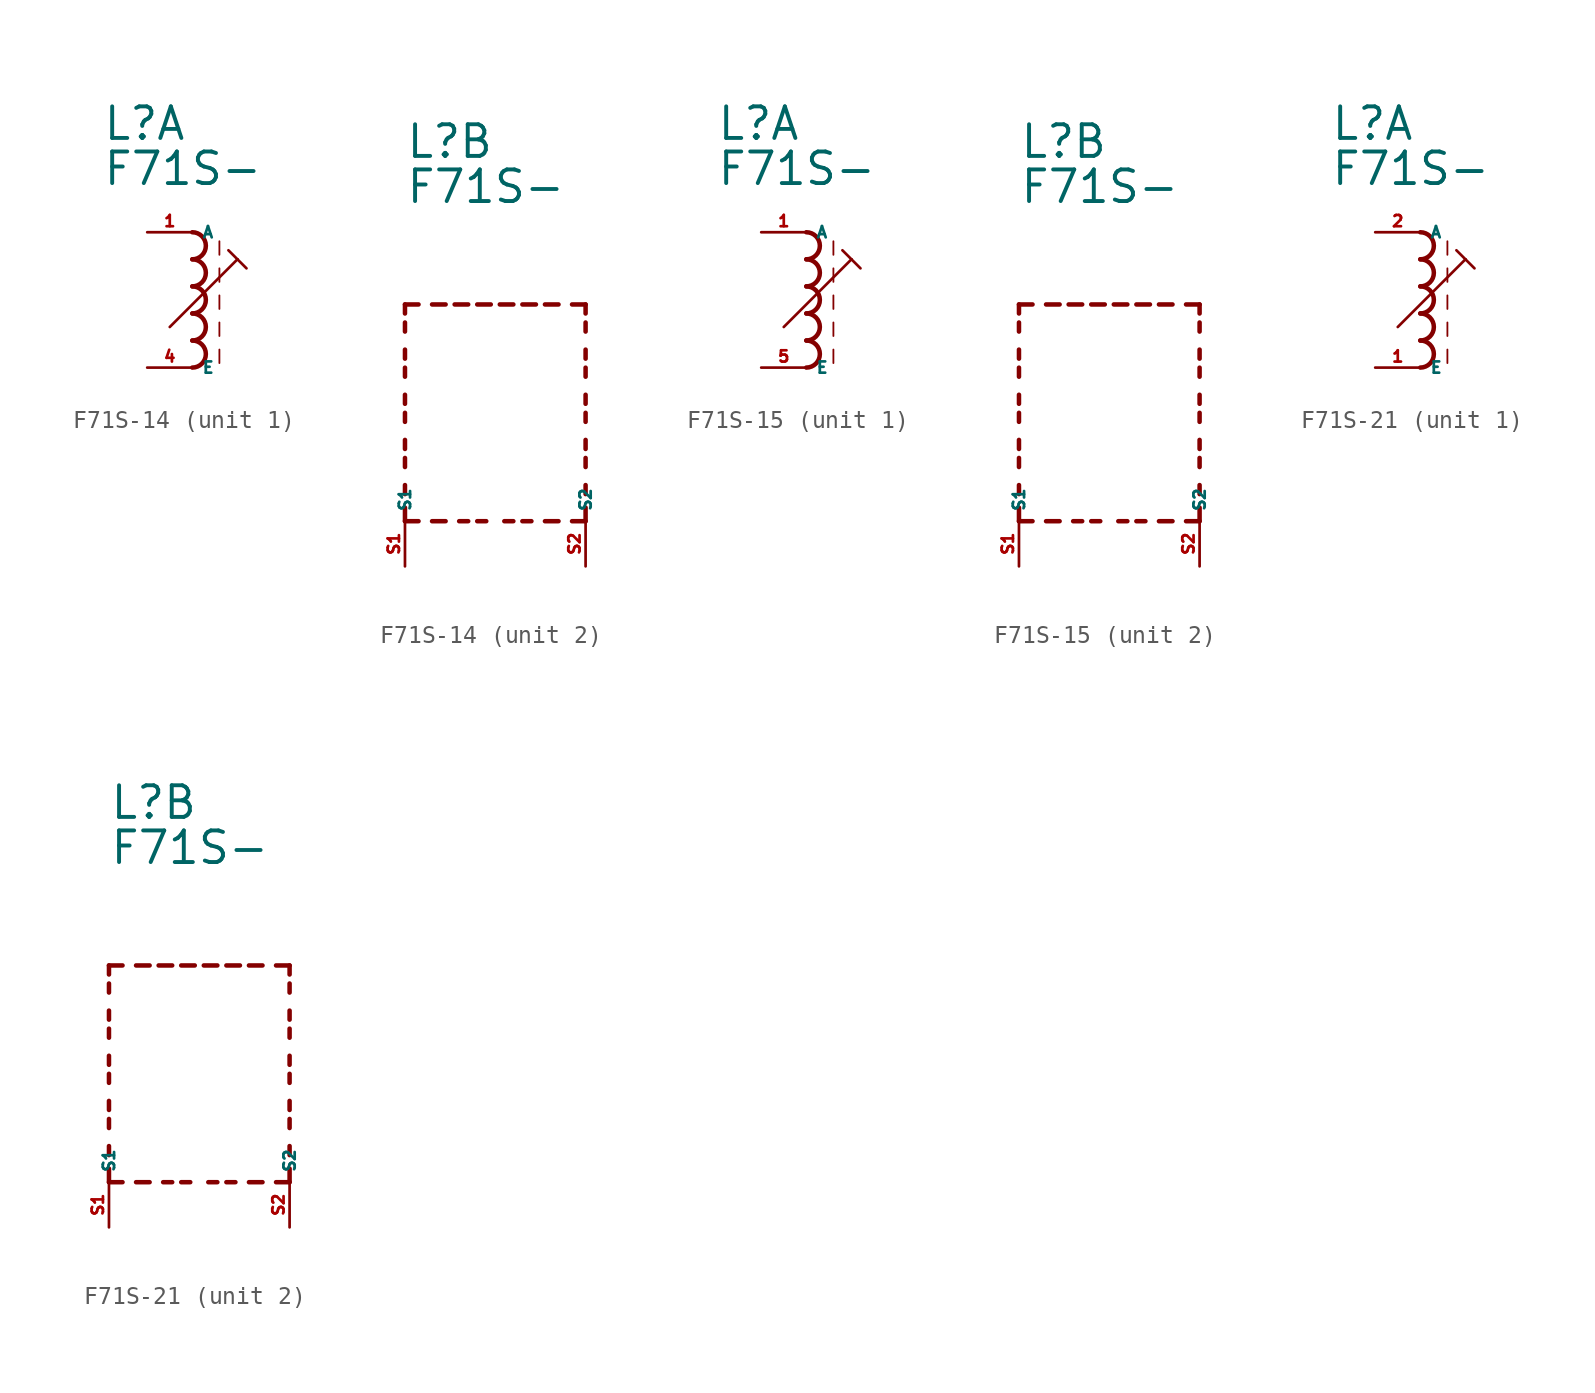
<source format=kicad_sym>
(kicad_symbol_lib
  (version 20220914)
  (generator kicad_symbol_editor)
  (symbol "F71S-14"
    (property "Reference" "L"
      (at -5.08 10.16 0)
      (effects (font (size 1.778 1.778) (thickness 0.22)) (justify left bottom)))
    (property "Value" "F71S-"
      (at -5.08 7.62 0)
      (effects (font (size 1.778 1.778) (thickness 0.22)) (justify left bottom)))
    (symbol "F71S-14_1_0"
      (arc (start 0 -2.54) (mid 0.7587 -1.778) (end 0 -1.016) (stroke (width 0.254) (type default)) (fill (type none)))
      (arc (start 0 -1.016) (mid 0.7587 -0.254) (end 0 0.508) (stroke (width 0.254) (type default)) (fill (type none)))
      (polyline (pts (xy -1.27 -0.254) (xy 2.54 3.556)) (stroke (width 0.152) (type default)) (fill (type none)))
      (polyline (pts (xy 1.524 -1.524) (xy 1.524 -2.286)) (stroke (width 0.102) (type default)) (fill (type none)))
      (polyline (pts (xy 1.524 0) (xy 1.524 -0.762)) (stroke (width 0.102) (type default)) (fill (type none)))
      (polyline (pts (xy 1.524 1.524) (xy 1.524 0.762)) (stroke (width 0.102) (type default)) (fill (type none)))
      (polyline (pts (xy 1.524 3.048) (xy 1.524 2.286)) (stroke (width 0.102) (type default)) (fill (type none)))
      (polyline (pts (xy 1.524 4.572) (xy 1.524 3.81)) (stroke (width 0.102) (type default)) (fill (type none)))
      (polyline (pts (xy 2.032 4.064) (xy 2.54 3.556)) (stroke (width 0.152) (type default)) (fill (type none)))
      (polyline (pts (xy 2.54 3.556) (xy 3.048 3.048)) (stroke (width 0.152) (type default)) (fill (type none)))
      (arc (start 0 0.508) (mid 0.7587 1.27) (end 0 2.032) (stroke (width 0.254) (type default)) (fill (type none)))
      (arc (start 0 2.032) (mid 0.7587 2.794) (end 0 3.556) (stroke (width 0.254) (type default)) (fill (type none)))
      (arc (start 0 3.556) (mid 0.7587 4.318) (end 0 5.08) (stroke (width 0.254) (type default)) (fill (type none)))
      (pin passive line (at -2.54 5.08 0) (length 2.54) (name "A" (effects (font (size 0.635 0.635)))) (number "1" (effects (font (size 0.635 0.635)))))
      (pin passive line (at -2.54 -2.54 0) (length 2.54) (name "E" (effects (font (size 0.635 0.635)))) (number "4" (effects (font (size 0.635 0.635))))))
    (symbol "F71S-14_2_0"
      (polyline (pts (xy -5.08 -10.16) (xy -5.08 -9.398)) (stroke (width 0.254) (type default)) (fill (type none)))
      (polyline (pts (xy -5.08 -10.16) (xy -4.318 -10.16)) (stroke (width 0.254) (type default)) (fill (type none)))
      (polyline (pts (xy -5.08 -8.636) (xy -5.08 -8.128)) (stroke (width 0.254) (type default)) (fill (type none)))
      (polyline (pts (xy -5.08 -7.112) (xy -5.08 -6.604)) (stroke (width 0.254) (type default)) (fill (type none)))
      (polyline (pts (xy -5.08 -6.096) (xy -5.08 -5.588)) (stroke (width 0.254) (type default)) (fill (type none)))
      (polyline (pts (xy -5.08 -4.572) (xy -5.08 -4.064)) (stroke (width 0.254) (type default)) (fill (type none)))
      (polyline (pts (xy -5.08 -3.556) (xy -5.08 -3.048)) (stroke (width 0.254) (type default)) (fill (type none)))
      (polyline (pts (xy -5.08 -2.032) (xy -5.08 -1.524)) (stroke (width 0.254) (type default)) (fill (type none)))
      (polyline (pts (xy -5.08 -1.016) (xy -5.08 -0.508)) (stroke (width 0.254) (type default)) (fill (type none)))
      (polyline (pts (xy -5.08 0.508) (xy -5.08 1.016)) (stroke (width 0.254) (type default)) (fill (type none)))
      (polyline (pts (xy -5.08 1.524) (xy -5.08 2.032)) (stroke (width 0.254) (type default)) (fill (type none)))
      (polyline (pts (xy -5.08 2.032) (xy -4.318 2.032)) (stroke (width 0.254) (type default)) (fill (type none)))
      (polyline (pts (xy -3.556 -10.16) (xy -2.794 -10.16)) (stroke (width 0.254) (type default)) (fill (type none)))
      (polyline (pts (xy -3.556 2.032) (xy -2.794 2.032)) (stroke (width 0.254) (type default)) (fill (type none)))
      (polyline (pts (xy -1.524 -10.16) (xy -2.032 -10.16)) (stroke (width 0.254) (type default)) (fill (type none)))
      (polyline (pts (xy -1.524 2.032) (xy -2.286 2.032)) (stroke (width 0.254) (type default)) (fill (type none)))
      (polyline (pts (xy -1.016 2.032) (xy -0.254 2.032)) (stroke (width 0.254) (type default)) (fill (type none)))
      (polyline (pts (xy -0.508 -10.16) (xy -1.016 -10.16)) (stroke (width 0.254) (type default)) (fill (type none)))
      (polyline (pts (xy 1.016 -10.16) (xy 0.508 -10.16)) (stroke (width 0.254) (type default)) (fill (type none)))
      (polyline (pts (xy 1.016 2.032) (xy 0.254 2.032)) (stroke (width 0.254) (type default)) (fill (type none)))
      (polyline (pts (xy 1.524 2.032) (xy 2.286 2.032)) (stroke (width 0.254) (type default)) (fill (type none)))
      (polyline (pts (xy 2.032 -10.16) (xy 1.524 -10.16)) (stroke (width 0.254) (type default)) (fill (type none)))
      (polyline (pts (xy 3.556 -10.16) (xy 2.794 -10.16)) (stroke (width 0.254) (type default)) (fill (type none)))
      (polyline (pts (xy 3.556 2.032) (xy 2.794 2.032)) (stroke (width 0.254) (type default)) (fill (type none)))
      (polyline (pts (xy 5.08 -10.16) (xy 4.318 -10.16)) (stroke (width 0.254) (type default)) (fill (type none)))
      (polyline (pts (xy 5.08 -10.16) (xy 5.08 -9.398)) (stroke (width 0.254) (type default)) (fill (type none)))
      (polyline (pts (xy 5.08 -8.636) (xy 5.08 -8.128)) (stroke (width 0.254) (type default)) (fill (type none)))
      (polyline (pts (xy 5.08 -7.112) (xy 5.08 -6.604)) (stroke (width 0.254) (type default)) (fill (type none)))
      (polyline (pts (xy 5.08 -6.096) (xy 5.08 -5.588)) (stroke (width 0.254) (type default)) (fill (type none)))
      (polyline (pts (xy 5.08 -4.572) (xy 5.08 -4.064)) (stroke (width 0.254) (type default)) (fill (type none)))
      (polyline (pts (xy 5.08 -3.556) (xy 5.08 -3.048)) (stroke (width 0.254) (type default)) (fill (type none)))
      (polyline (pts (xy 5.08 -2.032) (xy 5.08 -1.524)) (stroke (width 0.254) (type default)) (fill (type none)))
      (polyline (pts (xy 5.08 -1.016) (xy 5.08 -0.508)) (stroke (width 0.254) (type default)) (fill (type none)))
      (polyline (pts (xy 5.08 0.508) (xy 5.08 1.016)) (stroke (width 0.254) (type default)) (fill (type none)))
      (polyline (pts (xy 5.08 1.524) (xy 5.08 2.032)) (stroke (width 0.254) (type default)) (fill (type none)))
      (polyline (pts (xy 5.08 2.032) (xy 4.318 2.032)) (stroke (width 0.254) (type default)) (fill (type none)))
      (pin passive line (at -5.08 -12.7 90) (length 2.54) (name "S1" (effects (font (size 0.635 0.635)))) (number "S1" (effects (font (size 0.635 0.635)))))
      (pin passive line (at 5.08 -12.7 90) (length 2.54) (name "S2" (effects (font (size 0.635 0.635)))) (number "S2" (effects (font (size 0.635 0.635)))))))
  (symbol "F71S-15"
    (property "Reference" "L"
      (at -5.08 10.16 0)
      (effects (font (size 1.778 1.778) (thickness 0.22)) (justify left bottom)))
    (property "Value" "F71S-"
      (at -5.08 7.62 0)
      (effects (font (size 1.778 1.778) (thickness 0.22)) (justify left bottom)))
    (symbol "F71S-15_1_0"
      (arc (start 0 -2.54) (mid 0.7587 -1.778) (end 0 -1.016) (stroke (width 0.254) (type default)) (fill (type none)))
      (arc (start 0 -1.016) (mid 0.7587 -0.254) (end 0 0.508) (stroke (width 0.254) (type default)) (fill (type none)))
      (polyline (pts (xy -1.27 -0.254) (xy 2.54 3.556)) (stroke (width 0.152) (type default)) (fill (type none)))
      (polyline (pts (xy 1.524 -1.524) (xy 1.524 -2.286)) (stroke (width 0.102) (type default)) (fill (type none)))
      (polyline (pts (xy 1.524 0) (xy 1.524 -0.762)) (stroke (width 0.102) (type default)) (fill (type none)))
      (polyline (pts (xy 1.524 1.524) (xy 1.524 0.762)) (stroke (width 0.102) (type default)) (fill (type none)))
      (polyline (pts (xy 1.524 3.048) (xy 1.524 2.286)) (stroke (width 0.102) (type default)) (fill (type none)))
      (polyline (pts (xy 1.524 4.572) (xy 1.524 3.81)) (stroke (width 0.102) (type default)) (fill (type none)))
      (polyline (pts (xy 2.032 4.064) (xy 2.54 3.556)) (stroke (width 0.152) (type default)) (fill (type none)))
      (polyline (pts (xy 2.54 3.556) (xy 3.048 3.048)) (stroke (width 0.152) (type default)) (fill (type none)))
      (arc (start 0 0.508) (mid 0.7587 1.27) (end 0 2.032) (stroke (width 0.254) (type default)) (fill (type none)))
      (arc (start 0 2.032) (mid 0.7587 2.794) (end 0 3.556) (stroke (width 0.254) (type default)) (fill (type none)))
      (arc (start 0 3.556) (mid 0.7587 4.318) (end 0 5.08) (stroke (width 0.254) (type default)) (fill (type none)))
      (pin passive line (at -2.54 5.08 0) (length 2.54) (name "A" (effects (font (size 0.635 0.635)))) (number "1" (effects (font (size 0.635 0.635)))))
      (pin passive line (at -2.54 -2.54 0) (length 2.54) (name "E" (effects (font (size 0.635 0.635)))) (number "5" (effects (font (size 0.635 0.635))))))
    (symbol "F71S-15_2_0"
      (polyline (pts (xy -5.08 -10.16) (xy -5.08 -9.398)) (stroke (width 0.254) (type default)) (fill (type none)))
      (polyline (pts (xy -5.08 -10.16) (xy -4.318 -10.16)) (stroke (width 0.254) (type default)) (fill (type none)))
      (polyline (pts (xy -5.08 -8.636) (xy -5.08 -8.128)) (stroke (width 0.254) (type default)) (fill (type none)))
      (polyline (pts (xy -5.08 -7.112) (xy -5.08 -6.604)) (stroke (width 0.254) (type default)) (fill (type none)))
      (polyline (pts (xy -5.08 -6.096) (xy -5.08 -5.588)) (stroke (width 0.254) (type default)) (fill (type none)))
      (polyline (pts (xy -5.08 -4.572) (xy -5.08 -4.064)) (stroke (width 0.254) (type default)) (fill (type none)))
      (polyline (pts (xy -5.08 -3.556) (xy -5.08 -3.048)) (stroke (width 0.254) (type default)) (fill (type none)))
      (polyline (pts (xy -5.08 -2.032) (xy -5.08 -1.524)) (stroke (width 0.254) (type default)) (fill (type none)))
      (polyline (pts (xy -5.08 -1.016) (xy -5.08 -0.508)) (stroke (width 0.254) (type default)) (fill (type none)))
      (polyline (pts (xy -5.08 0.508) (xy -5.08 1.016)) (stroke (width 0.254) (type default)) (fill (type none)))
      (polyline (pts (xy -5.08 1.524) (xy -5.08 2.032)) (stroke (width 0.254) (type default)) (fill (type none)))
      (polyline (pts (xy -5.08 2.032) (xy -4.318 2.032)) (stroke (width 0.254) (type default)) (fill (type none)))
      (polyline (pts (xy -3.556 -10.16) (xy -2.794 -10.16)) (stroke (width 0.254) (type default)) (fill (type none)))
      (polyline (pts (xy -3.556 2.032) (xy -2.794 2.032)) (stroke (width 0.254) (type default)) (fill (type none)))
      (polyline (pts (xy -1.524 -10.16) (xy -2.032 -10.16)) (stroke (width 0.254) (type default)) (fill (type none)))
      (polyline (pts (xy -1.524 2.032) (xy -2.286 2.032)) (stroke (width 0.254) (type default)) (fill (type none)))
      (polyline (pts (xy -1.016 2.032) (xy -0.254 2.032)) (stroke (width 0.254) (type default)) (fill (type none)))
      (polyline (pts (xy -0.508 -10.16) (xy -1.016 -10.16)) (stroke (width 0.254) (type default)) (fill (type none)))
      (polyline (pts (xy 1.016 -10.16) (xy 0.508 -10.16)) (stroke (width 0.254) (type default)) (fill (type none)))
      (polyline (pts (xy 1.016 2.032) (xy 0.254 2.032)) (stroke (width 0.254) (type default)) (fill (type none)))
      (polyline (pts (xy 1.524 2.032) (xy 2.286 2.032)) (stroke (width 0.254) (type default)) (fill (type none)))
      (polyline (pts (xy 2.032 -10.16) (xy 1.524 -10.16)) (stroke (width 0.254) (type default)) (fill (type none)))
      (polyline (pts (xy 3.556 -10.16) (xy 2.794 -10.16)) (stroke (width 0.254) (type default)) (fill (type none)))
      (polyline (pts (xy 3.556 2.032) (xy 2.794 2.032)) (stroke (width 0.254) (type default)) (fill (type none)))
      (polyline (pts (xy 5.08 -10.16) (xy 4.318 -10.16)) (stroke (width 0.254) (type default)) (fill (type none)))
      (polyline (pts (xy 5.08 -10.16) (xy 5.08 -9.398)) (stroke (width 0.254) (type default)) (fill (type none)))
      (polyline (pts (xy 5.08 -8.636) (xy 5.08 -8.128)) (stroke (width 0.254) (type default)) (fill (type none)))
      (polyline (pts (xy 5.08 -7.112) (xy 5.08 -6.604)) (stroke (width 0.254) (type default)) (fill (type none)))
      (polyline (pts (xy 5.08 -6.096) (xy 5.08 -5.588)) (stroke (width 0.254) (type default)) (fill (type none)))
      (polyline (pts (xy 5.08 -4.572) (xy 5.08 -4.064)) (stroke (width 0.254) (type default)) (fill (type none)))
      (polyline (pts (xy 5.08 -3.556) (xy 5.08 -3.048)) (stroke (width 0.254) (type default)) (fill (type none)))
      (polyline (pts (xy 5.08 -2.032) (xy 5.08 -1.524)) (stroke (width 0.254) (type default)) (fill (type none)))
      (polyline (pts (xy 5.08 -1.016) (xy 5.08 -0.508)) (stroke (width 0.254) (type default)) (fill (type none)))
      (polyline (pts (xy 5.08 0.508) (xy 5.08 1.016)) (stroke (width 0.254) (type default)) (fill (type none)))
      (polyline (pts (xy 5.08 1.524) (xy 5.08 2.032)) (stroke (width 0.254) (type default)) (fill (type none)))
      (polyline (pts (xy 5.08 2.032) (xy 4.318 2.032)) (stroke (width 0.254) (type default)) (fill (type none)))
      (pin passive line (at -5.08 -12.7 90) (length 2.54) (name "S1" (effects (font (size 0.635 0.635)))) (number "S1" (effects (font (size 0.635 0.635)))))
      (pin passive line (at 5.08 -12.7 90) (length 2.54) (name "S2" (effects (font (size 0.635 0.635)))) (number "S2" (effects (font (size 0.635 0.635)))))))
  (symbol "F71S-21"
    (property "Reference" "L"
      (at -5.08 10.16 0)
      (effects (font (size 1.778 1.778) (thickness 0.22)) (justify left bottom)))
    (property "Value" "F71S-"
      (at -5.08 7.62 0)
      (effects (font (size 1.778 1.778) (thickness 0.22)) (justify left bottom)))
    (symbol "F71S-21_1_0"
      (arc (start 0 -2.54) (mid 0.7587 -1.778) (end 0 -1.016) (stroke (width 0.254) (type default)) (fill (type none)))
      (arc (start 0 -1.016) (mid 0.7587 -0.254) (end 0 0.508) (stroke (width 0.254) (type default)) (fill (type none)))
      (polyline (pts (xy -1.27 -0.254) (xy 2.54 3.556)) (stroke (width 0.152) (type default)) (fill (type none)))
      (polyline (pts (xy 1.524 -1.524) (xy 1.524 -2.286)) (stroke (width 0.102) (type default)) (fill (type none)))
      (polyline (pts (xy 1.524 0) (xy 1.524 -0.762)) (stroke (width 0.102) (type default)) (fill (type none)))
      (polyline (pts (xy 1.524 1.524) (xy 1.524 0.762)) (stroke (width 0.102) (type default)) (fill (type none)))
      (polyline (pts (xy 1.524 3.048) (xy 1.524 2.286)) (stroke (width 0.102) (type default)) (fill (type none)))
      (polyline (pts (xy 1.524 4.572) (xy 1.524 3.81)) (stroke (width 0.102) (type default)) (fill (type none)))
      (polyline (pts (xy 2.032 4.064) (xy 2.54 3.556)) (stroke (width 0.152) (type default)) (fill (type none)))
      (polyline (pts (xy 2.54 3.556) (xy 3.048 3.048)) (stroke (width 0.152) (type default)) (fill (type none)))
      (arc (start 0 0.508) (mid 0.7587 1.27) (end 0 2.032) (stroke (width 0.254) (type default)) (fill (type none)))
      (arc (start 0 2.032) (mid 0.7587 2.794) (end 0 3.556) (stroke (width 0.254) (type default)) (fill (type none)))
      (arc (start 0 3.556) (mid 0.7587 4.318) (end 0 5.08) (stroke (width 0.254) (type default)) (fill (type none)))
      (pin passive line (at -2.54 -2.54 0) (length 2.54) (name "E" (effects (font (size 0.635 0.635)))) (number "1" (effects (font (size 0.635 0.635)))))
      (pin passive line (at -2.54 5.08 0) (length 2.54) (name "A" (effects (font (size 0.635 0.635)))) (number "2" (effects (font (size 0.635 0.635))))))
    (symbol "F71S-21_2_0"
      (polyline (pts (xy -5.08 -10.16) (xy -5.08 -9.398)) (stroke (width 0.254) (type default)) (fill (type none)))
      (polyline (pts (xy -5.08 -10.16) (xy -4.318 -10.16)) (stroke (width 0.254) (type default)) (fill (type none)))
      (polyline (pts (xy -5.08 -8.636) (xy -5.08 -8.128)) (stroke (width 0.254) (type default)) (fill (type none)))
      (polyline (pts (xy -5.08 -7.112) (xy -5.08 -6.604)) (stroke (width 0.254) (type default)) (fill (type none)))
      (polyline (pts (xy -5.08 -6.096) (xy -5.08 -5.588)) (stroke (width 0.254) (type default)) (fill (type none)))
      (polyline (pts (xy -5.08 -4.572) (xy -5.08 -4.064)) (stroke (width 0.254) (type default)) (fill (type none)))
      (polyline (pts (xy -5.08 -3.556) (xy -5.08 -3.048)) (stroke (width 0.254) (type default)) (fill (type none)))
      (polyline (pts (xy -5.08 -2.032) (xy -5.08 -1.524)) (stroke (width 0.254) (type default)) (fill (type none)))
      (polyline (pts (xy -5.08 -1.016) (xy -5.08 -0.508)) (stroke (width 0.254) (type default)) (fill (type none)))
      (polyline (pts (xy -5.08 0.508) (xy -5.08 1.016)) (stroke (width 0.254) (type default)) (fill (type none)))
      (polyline (pts (xy -5.08 1.524) (xy -5.08 2.032)) (stroke (width 0.254) (type default)) (fill (type none)))
      (polyline (pts (xy -5.08 2.032) (xy -4.318 2.032)) (stroke (width 0.254) (type default)) (fill (type none)))
      (polyline (pts (xy -3.556 -10.16) (xy -2.794 -10.16)) (stroke (width 0.254) (type default)) (fill (type none)))
      (polyline (pts (xy -3.556 2.032) (xy -2.794 2.032)) (stroke (width 0.254) (type default)) (fill (type none)))
      (polyline (pts (xy -1.524 -10.16) (xy -2.032 -10.16)) (stroke (width 0.254) (type default)) (fill (type none)))
      (polyline (pts (xy -1.524 2.032) (xy -2.286 2.032)) (stroke (width 0.254) (type default)) (fill (type none)))
      (polyline (pts (xy -1.016 2.032) (xy -0.254 2.032)) (stroke (width 0.254) (type default)) (fill (type none)))
      (polyline (pts (xy -0.508 -10.16) (xy -1.016 -10.16)) (stroke (width 0.254) (type default)) (fill (type none)))
      (polyline (pts (xy 1.016 -10.16) (xy 0.508 -10.16)) (stroke (width 0.254) (type default)) (fill (type none)))
      (polyline (pts (xy 1.016 2.032) (xy 0.254 2.032)) (stroke (width 0.254) (type default)) (fill (type none)))
      (polyline (pts (xy 1.524 2.032) (xy 2.286 2.032)) (stroke (width 0.254) (type default)) (fill (type none)))
      (polyline (pts (xy 2.032 -10.16) (xy 1.524 -10.16)) (stroke (width 0.254) (type default)) (fill (type none)))
      (polyline (pts (xy 3.556 -10.16) (xy 2.794 -10.16)) (stroke (width 0.254) (type default)) (fill (type none)))
      (polyline (pts (xy 3.556 2.032) (xy 2.794 2.032)) (stroke (width 0.254) (type default)) (fill (type none)))
      (polyline (pts (xy 5.08 -10.16) (xy 4.318 -10.16)) (stroke (width 0.254) (type default)) (fill (type none)))
      (polyline (pts (xy 5.08 -10.16) (xy 5.08 -9.398)) (stroke (width 0.254) (type default)) (fill (type none)))
      (polyline (pts (xy 5.08 -8.636) (xy 5.08 -8.128)) (stroke (width 0.254) (type default)) (fill (type none)))
      (polyline (pts (xy 5.08 -7.112) (xy 5.08 -6.604)) (stroke (width 0.254) (type default)) (fill (type none)))
      (polyline (pts (xy 5.08 -6.096) (xy 5.08 -5.588)) (stroke (width 0.254) (type default)) (fill (type none)))
      (polyline (pts (xy 5.08 -4.572) (xy 5.08 -4.064)) (stroke (width 0.254) (type default)) (fill (type none)))
      (polyline (pts (xy 5.08 -3.556) (xy 5.08 -3.048)) (stroke (width 0.254) (type default)) (fill (type none)))
      (polyline (pts (xy 5.08 -2.032) (xy 5.08 -1.524)) (stroke (width 0.254) (type default)) (fill (type none)))
      (polyline (pts (xy 5.08 -1.016) (xy 5.08 -0.508)) (stroke (width 0.254) (type default)) (fill (type none)))
      (polyline (pts (xy 5.08 0.508) (xy 5.08 1.016)) (stroke (width 0.254) (type default)) (fill (type none)))
      (polyline (pts (xy 5.08 1.524) (xy 5.08 2.032)) (stroke (width 0.254) (type default)) (fill (type none)))
      (polyline (pts (xy 5.08 2.032) (xy 4.318 2.032)) (stroke (width 0.254) (type default)) (fill (type none)))
      (pin passive line (at -5.08 -12.7 90) (length 2.54) (name "S1" (effects (font (size 0.635 0.635)))) (number "S1" (effects (font (size 0.635 0.635)))))
      (pin passive line (at 5.08 -12.7 90) (length 2.54) (name "S2" (effects (font (size 0.635 0.635)))) (number "S2" (effects (font (size 0.635 0.635))))))))
</source>
